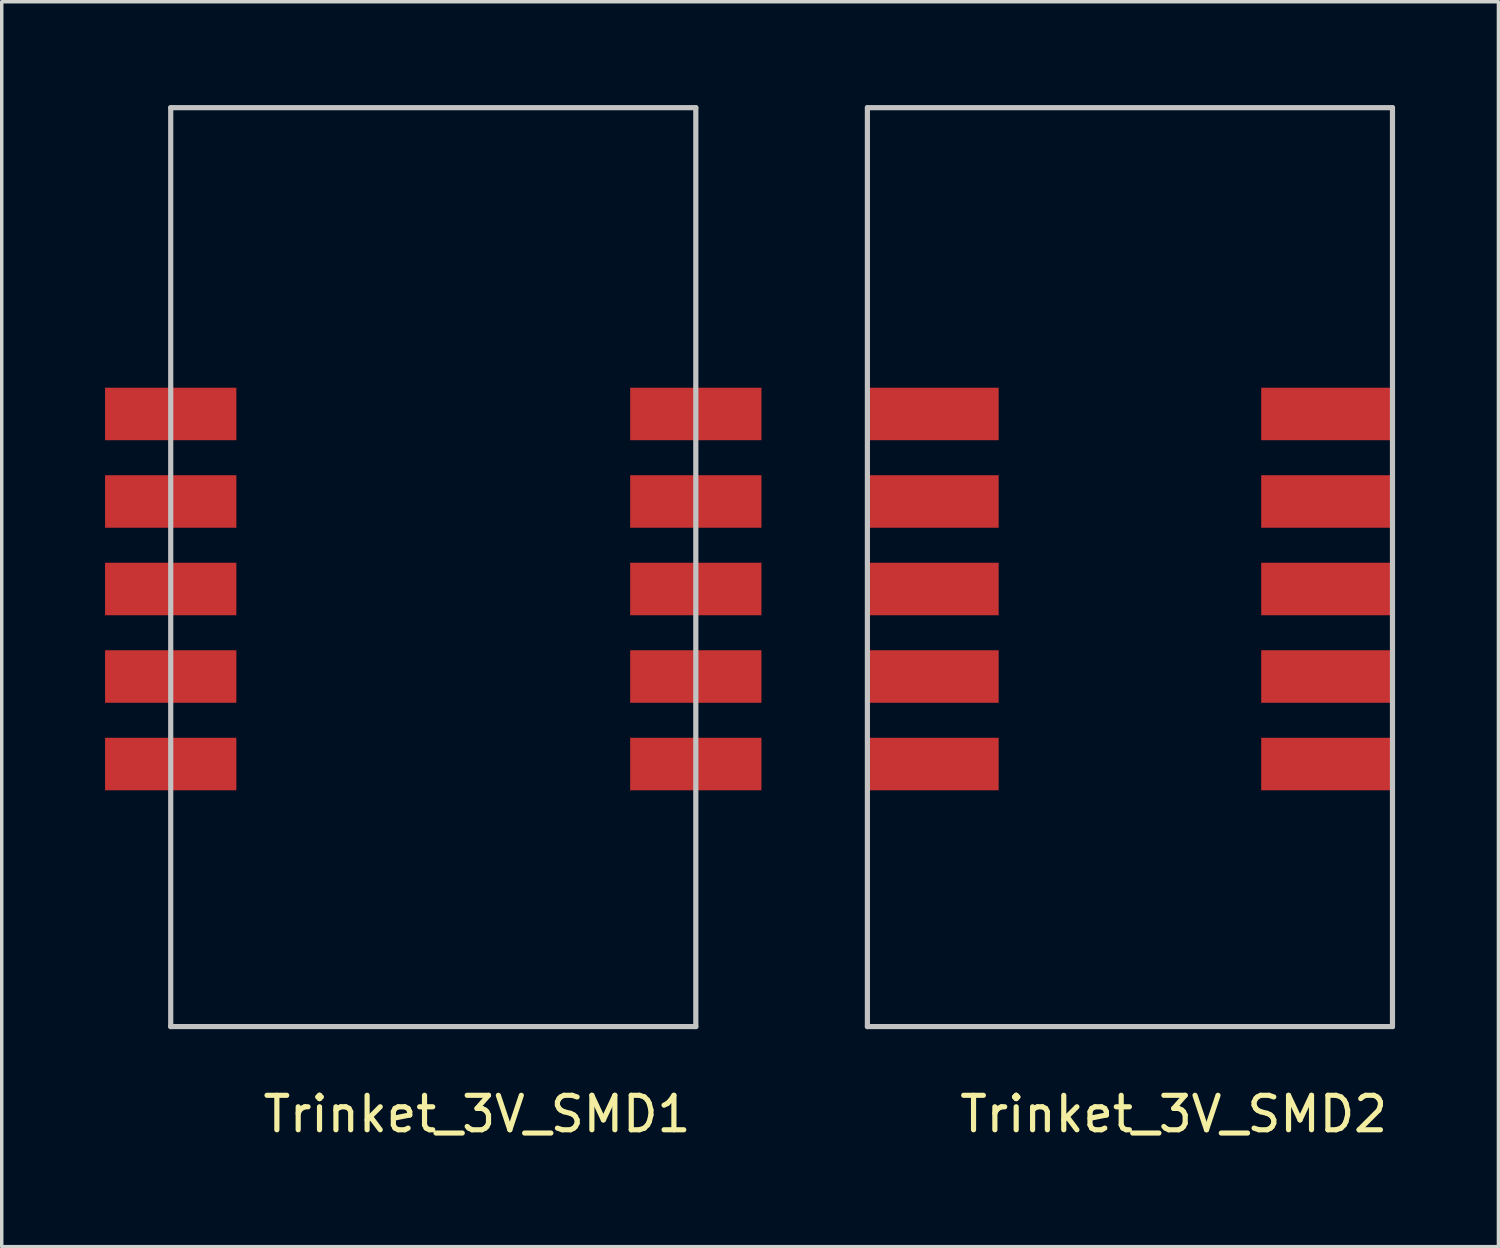
<source format=kicad_pcb>
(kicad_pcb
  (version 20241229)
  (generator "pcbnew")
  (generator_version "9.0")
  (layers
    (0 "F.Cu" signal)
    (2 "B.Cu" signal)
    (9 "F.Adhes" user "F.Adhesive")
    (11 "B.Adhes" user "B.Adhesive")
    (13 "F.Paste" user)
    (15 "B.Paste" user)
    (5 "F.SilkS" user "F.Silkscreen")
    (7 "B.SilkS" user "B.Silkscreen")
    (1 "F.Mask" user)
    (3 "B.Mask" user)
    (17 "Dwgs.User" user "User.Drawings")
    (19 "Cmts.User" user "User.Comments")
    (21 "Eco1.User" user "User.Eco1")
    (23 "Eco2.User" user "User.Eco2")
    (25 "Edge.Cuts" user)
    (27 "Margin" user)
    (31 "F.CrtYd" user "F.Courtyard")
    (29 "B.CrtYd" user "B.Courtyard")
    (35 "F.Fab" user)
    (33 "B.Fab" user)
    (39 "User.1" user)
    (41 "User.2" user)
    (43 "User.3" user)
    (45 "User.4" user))
  (footprint "Trinket_3V_SMD1"
    (layer "F.Cu")
    (at 3.175 8.965)
    (property "Reference" "Trinket_3V_SMD1" (at 7.62 20.32 0) (layer "F.SilkS") (effects (font (size 1 1) (thickness 0.15))))
    (attr through_hole)
    (fp_line (start -1.27 -8.89) (end -1.27 17.78) (stroke (width 0.15) (type solid)) (layer "Dwgs.User"))
    (fp_line (start -1.27 17.78) (end 13.97 17.78) (stroke (width 0.15) (type solid)) (layer "Dwgs.User"))
    (fp_line (start 13.97 -8.89) (end -1.27 -8.89) (stroke (width 0.15) (type solid)) (layer "Dwgs.User"))
    (fp_line (start 13.97 17.78) (end 13.97 -8.89) (stroke (width 0.15) (type solid)) (layer "Dwgs.User"))
    (pad "1" smd rect (at -1.27 0) (size 3.81 1.524) (layers "F.Cu" "F.Mask" "F.Paste"))
    (pad "2" smd rect (at -1.27 2.54) (size 3.81 1.524) (layers "F.Cu" "F.Mask" "F.Paste"))
    (pad "3" smd rect (at -1.27 5.08) (size 3.81 1.524) (layers "F.Cu" "F.Mask" "F.Paste"))
    (pad "4" smd rect (at -1.27 7.62) (size 3.81 1.524) (layers "F.Cu" "F.Mask" "F.Paste"))
    (pad "5" smd rect (at -1.27 10.16) (size 3.81 1.524) (layers "F.Cu" "F.Mask" "F.Paste"))
    (pad "6" smd rect (at 13.97 10.16) (size 3.81 1.524) (layers "F.Cu" "F.Mask" "F.Paste"))
    (pad "7" smd rect (at 13.97 7.62) (size 3.81 1.524) (layers "F.Cu" "F.Mask" "F.Paste"))
    (pad "8" smd rect (at 13.97 5.08) (size 3.81 1.524) (layers "F.Cu" "F.Mask" "F.Paste"))
    (pad "9" smd rect (at 13.97 2.54) (size 3.81 1.524) (layers "F.Cu" "F.Mask" "F.Paste"))
    (pad "10" smd rect (at 13.97 0) (size 3.81 1.524) (layers "F.Cu" "F.Mask" "F.Paste")))
  (footprint "Trinket_3V_SMD2"
    (layer "F.Cu")
    (at 23.395 8.965)
    (property "Reference" "Trinket_3V_SMD2" (at 7.62 20.32 0) (layer "F.SilkS") (effects (font (size 1 1) (thickness 0.15))))
    (attr through_hole)
    (fp_line (start -1.27 -8.89) (end -1.27 17.78) (stroke (width 0.15) (type solid)) (layer "Dwgs.User"))
    (fp_line (start -1.27 17.78) (end 13.97 17.78) (stroke (width 0.15) (type solid)) (layer "Dwgs.User"))
    (fp_line (start 13.97 -8.89) (end -1.27 -8.89) (stroke (width 0.15) (type solid)) (layer "Dwgs.User"))
    (fp_line (start 13.97 17.78) (end 13.97 -8.89) (stroke (width 0.15) (type solid)) (layer "Dwgs.User"))
    (pad "1" smd rect (at 0.635 0) (size 3.81 1.524) (layers "F.Cu" "F.Mask" "F.Paste"))
    (pad "2" smd rect (at 0.635 2.54) (size 3.81 1.524) (layers "F.Cu" "F.Mask" "F.Paste"))
    (pad "3" smd rect (at 0.635 5.08) (size 3.81 1.524) (layers "F.Cu" "F.Mask" "F.Paste"))
    (pad "4" smd rect (at 0.635 7.62) (size 3.81 1.524) (layers "F.Cu" "F.Mask" "F.Paste"))
    (pad "5" smd rect (at 0.635 10.16) (size 3.81 1.524) (layers "F.Cu" "F.Mask" "F.Paste"))
    (pad "6" smd rect (at 12.065 10.16) (size 3.81 1.524) (layers "F.Cu" "F.Mask" "F.Paste"))
    (pad "7" smd rect (at 12.065 7.62) (size 3.81 1.524) (layers "F.Cu" "F.Mask" "F.Paste"))
    (pad "8" smd rect (at 12.065 5.08) (size 3.81 1.524) (layers "F.Cu" "F.Mask" "F.Paste"))
    (pad "9" smd rect (at 12.065 2.54) (size 3.81 1.524) (layers "F.Cu" "F.Mask" "F.Paste"))
    (pad "10" smd rect (at 12.065 0) (size 3.81 1.524) (layers "F.Cu" "F.Mask" "F.Paste")))
  (gr_rect
    (start -3 -3)
    (end 40.44 33.133)
    (stroke (width 0.1) (type default))
    (fill no)
    (layer "Edge.Cuts")))
</source>
